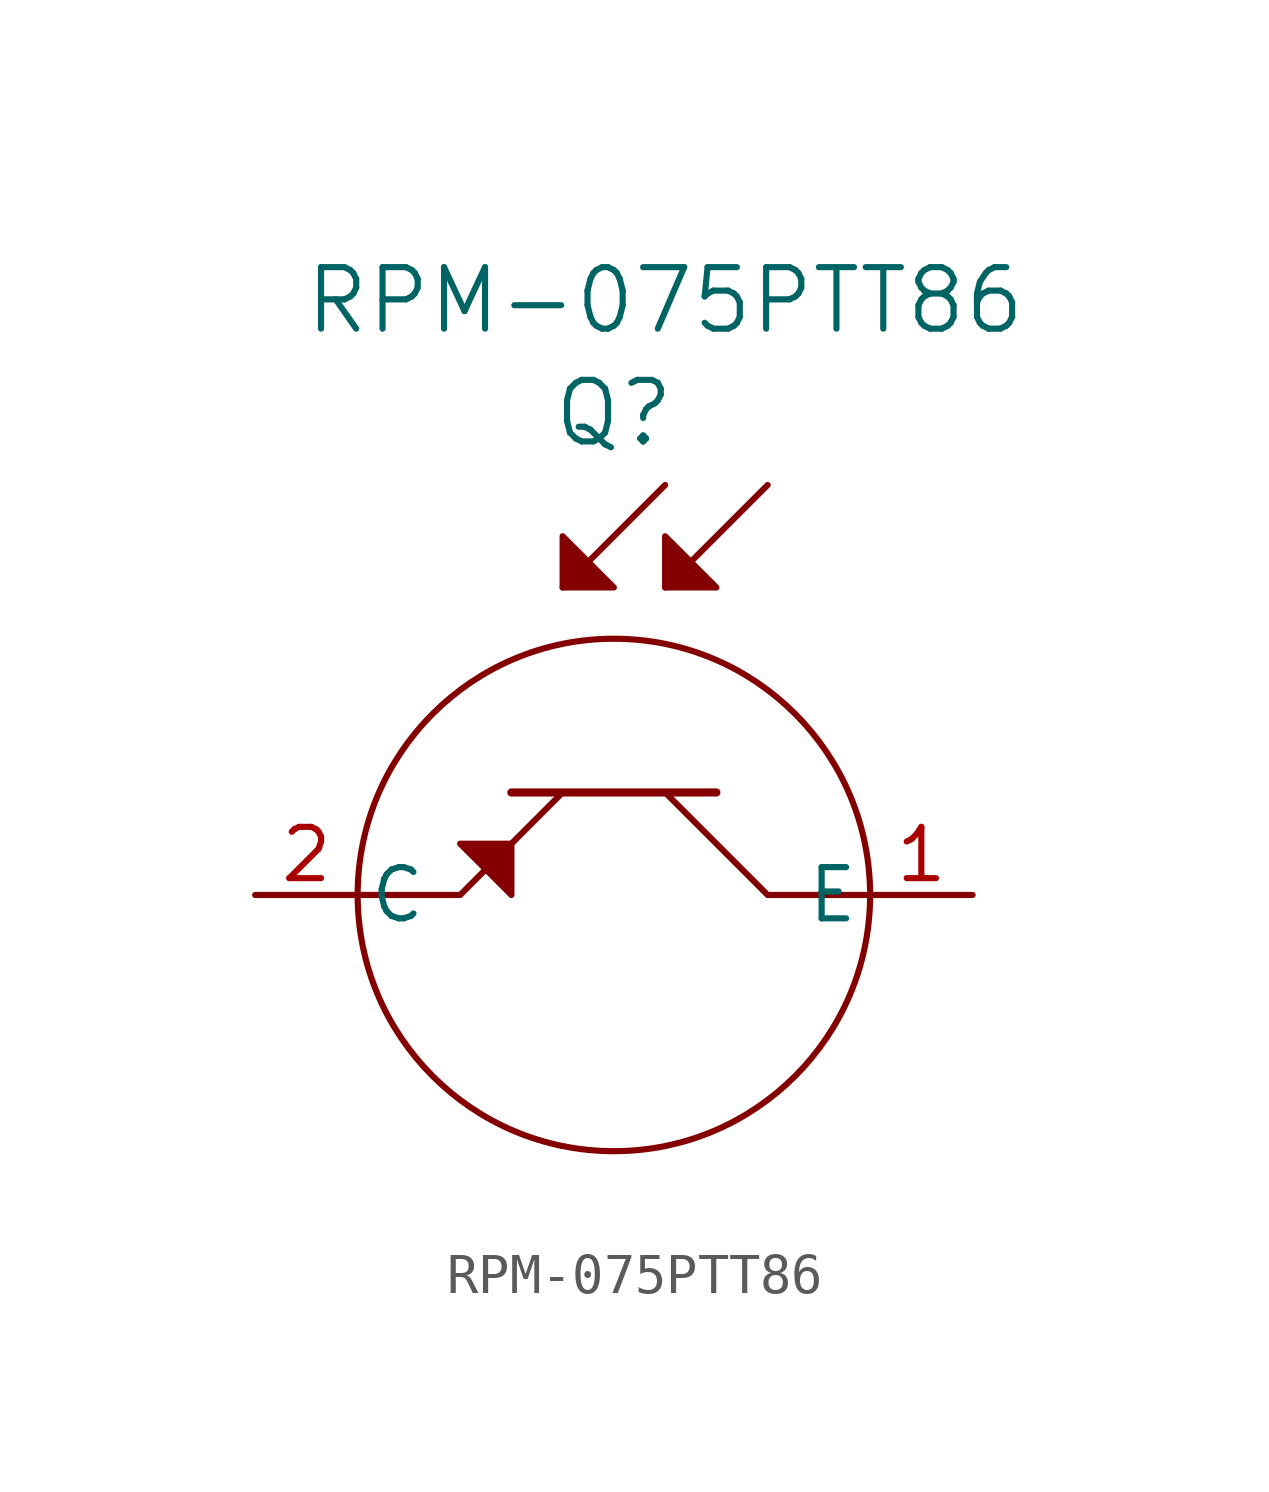
<source format=kicad_sym>
(kicad_symbol_lib
  (version 20241209)
  (generator "kicad_symbol_editor")
  (generator_version "9.0")
  (symbol "RPM-075PTT86"
    (pin_names
      (offset 0.254))
    (property "Reference" "Q"
      (at 0 11.938 0)
      (effects (font (size 1.524 1.524))))
    (property "Value" "RPM-075PTT86"
      (at 1.27 14.732 0)
      (effects (font (size 1.524 1.524))))
    (property "ki_locked" ""
      (at 0 0 0)
      (effects (font (size 1.27 1.27))))
    (symbol "RPM-075PTT86_1_1"
      (polyline (pts (xy -6.35 0) (xy -3.81 0) (xy -1.27 2.54) (xy 1.27 2.54) (xy 3.81 0) (xy 6.35 0)) (stroke (width 0) (type default)) (fill (type none)))
      (polyline (pts (xy -3.81 1.27) (xy -2.54 0) (xy -2.54 1.27) (xy -3.81 1.27)) (stroke (width 0) (type solid)) (fill (type outline)))
      (polyline (pts (xy -2.54 2.54) (xy 2.54 2.54)) (stroke (width 0.203) (type solid)) (fill (type none)))
      (polyline (pts (xy -1.27 7.62) (xy 1.27 10.16)) (stroke (width 0) (type default)) (fill (type none)))
      (polyline (pts (xy 0 7.62) (xy -1.27 8.89) (xy -1.27 7.62) (xy 0 7.62)) (stroke (width 0) (type solid)) (fill (type outline)))
      (circle (center 0 0) (radius 6.35) (stroke (width 0) (type default)) (fill (type none)))
      (polyline (pts (xy 1.27 7.62) (xy 3.81 10.16)) (stroke (width 0) (type default)) (fill (type none)))
      (polyline (pts (xy 2.54 7.62) (xy 1.27 8.89) (xy 1.27 7.62) (xy 2.54 7.62)) (stroke (width 0) (type solid)) (fill (type outline)))
      (pin input line (at -8.89 0 0) (length 2.54) (name "C" (effects (font (size 1.27 1.27)))) (number "2" (effects (font (size 1.27 1.27)))))
      (pin output line (at 8.89 0 180) (length 2.54) (name "E" (effects (font (size 1.27 1.27)))) (number "1" (effects (font (size 1.27 1.27))))))))
</source>
